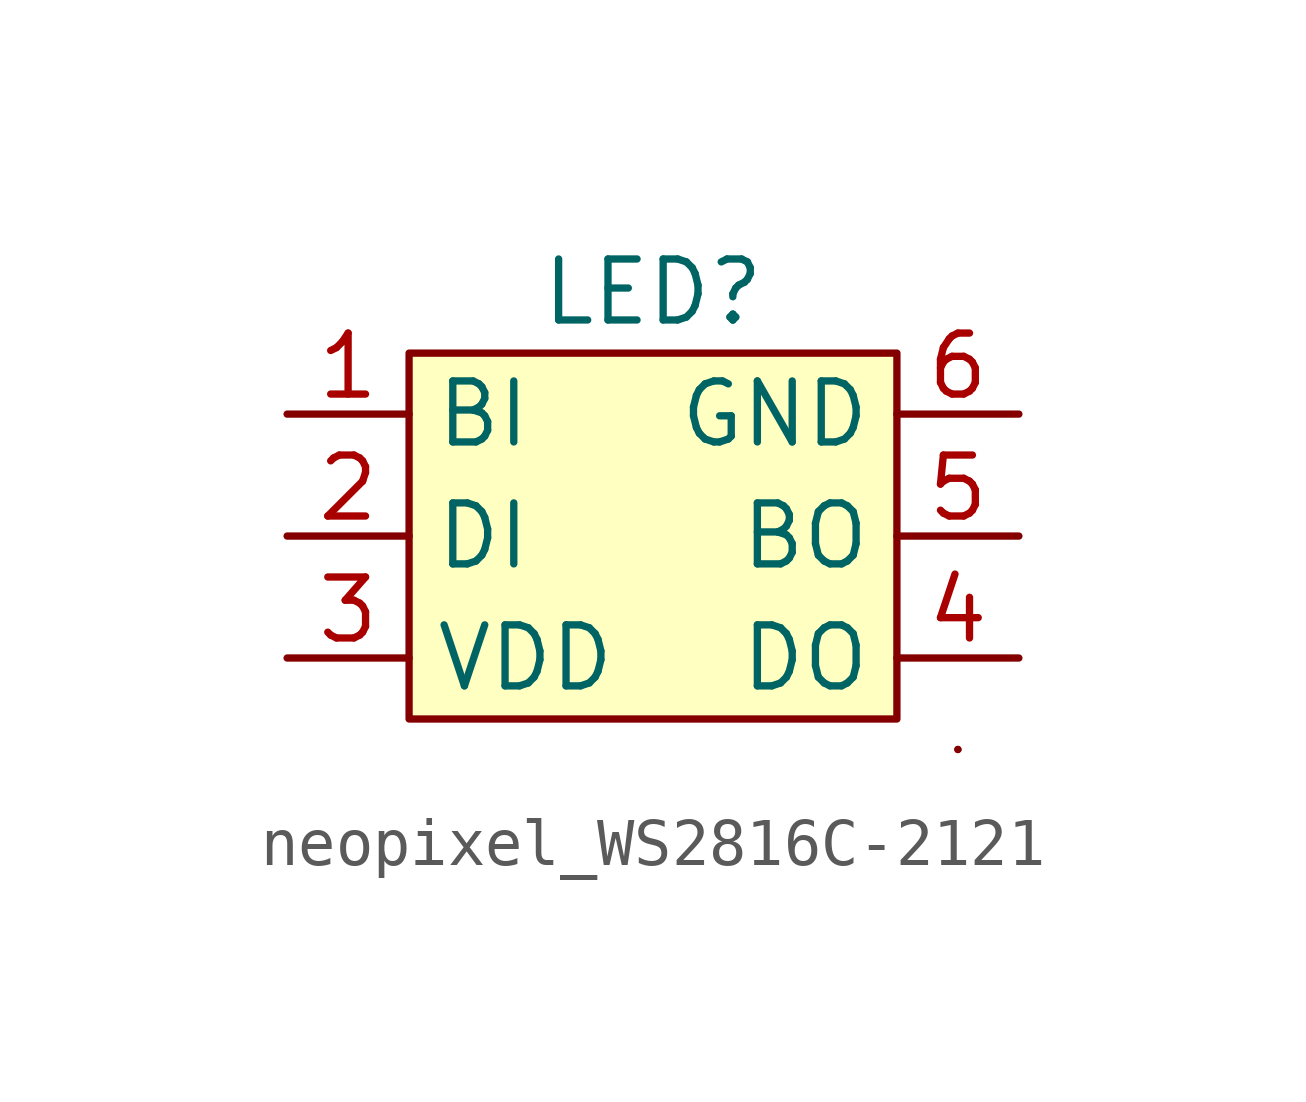
<source format=kicad_sym>
(kicad_symbol_lib
  (version 20211014)
  (generator kicad_symbol_editor)
  (symbol "neopixel_WS2816C-2121"
    (property "Reference" "LED"
      (at 0 5.08 0)
      (effects (font (size 1.27 1.27))))
    (symbol "neopixel_WS2816C-2121_0_1"
      (rectangle (start -5.08 3.81) (end 5.08 -3.81) (stroke (width 0.152) (type default) (color 0 0 0 0)) (fill (type background)))
      (rectangle (start 6.35 -4.445) (end 6.35 -4.445) (stroke (width 0.152) (type default) (color 0 0 0 0)) (fill (type none)))
      (rectangle (start 6.35 -4.445) (end 6.35 -4.445) (stroke (width 0.152) (type default) (color 0 0 0 0)) (fill (type none))))
    (symbol "neopixel_WS2816C-2121_1_1"
      (pin passive line (at -7.62 2.54 0) (length 2.54) (name "BI" (effects (font (size 1.27 1.27)))) (number "1" (effects (font (size 1.27 1.27)))))
      (pin passive line (at -7.62 0 0) (length 2.54) (name "DI" (effects (font (size 1.27 1.27)))) (number "2" (effects (font (size 1.27 1.27)))))
      (pin power_in line (at -7.62 -2.54 0) (length 2.54) (name "VDD" (effects (font (size 1.27 1.27)))) (number "3" (effects (font (size 1.27 1.27)))))
      (pin passive line (at 7.62 -2.54 180) (length 2.54) (name "DO" (effects (font (size 1.27 1.27)))) (number "4" (effects (font (size 1.27 1.27)))))
      (pin passive line (at 7.62 0 180) (length 2.54) (name "BO" (effects (font (size 1.27 1.27)))) (number "5" (effects (font (size 1.27 1.27)))))
      (pin power_in line (at 7.62 2.54 180) (length 2.54) (name "GND" (effects (font (size 1.27 1.27)))) (number "6" (effects (font (size 1.27 1.27))))))))
</source>
